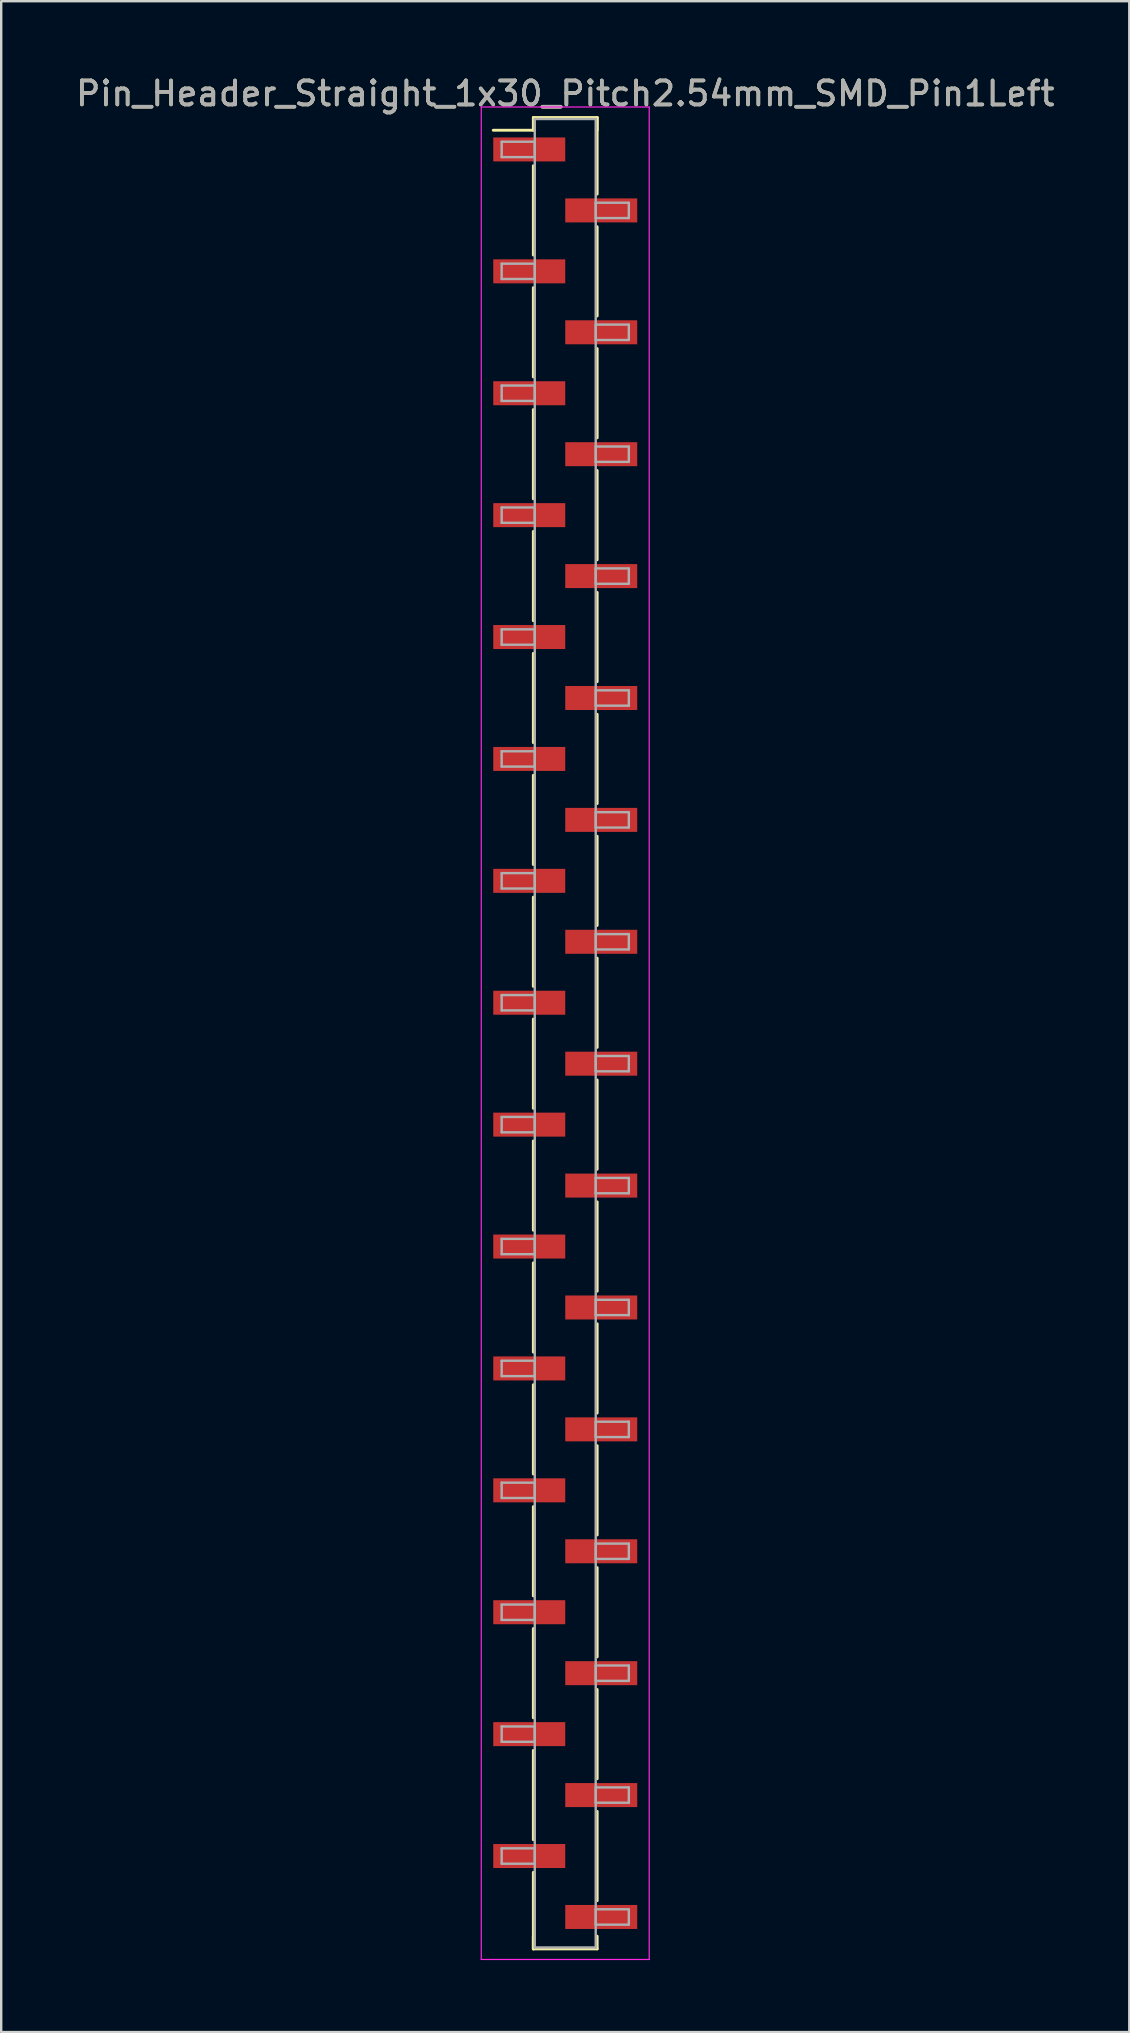
<source format=kicad_pcb>
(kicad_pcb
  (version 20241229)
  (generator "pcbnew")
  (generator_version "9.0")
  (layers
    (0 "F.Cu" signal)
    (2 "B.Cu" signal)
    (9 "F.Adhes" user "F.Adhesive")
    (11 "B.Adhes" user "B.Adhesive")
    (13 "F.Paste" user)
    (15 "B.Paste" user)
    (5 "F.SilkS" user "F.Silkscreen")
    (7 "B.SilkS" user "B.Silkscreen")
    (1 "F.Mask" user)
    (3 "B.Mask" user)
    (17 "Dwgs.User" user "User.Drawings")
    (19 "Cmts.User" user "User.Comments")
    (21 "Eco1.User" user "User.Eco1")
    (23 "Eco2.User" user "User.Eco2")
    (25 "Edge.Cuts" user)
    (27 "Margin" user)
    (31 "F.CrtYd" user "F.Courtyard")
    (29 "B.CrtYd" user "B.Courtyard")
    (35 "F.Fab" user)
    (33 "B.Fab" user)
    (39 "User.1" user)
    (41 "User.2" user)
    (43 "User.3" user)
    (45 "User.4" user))
  (footprint "Pin_Header_Straight_1x30_Pitch2.54mm_SMD_Pin1Left"
    (layer "F.Cu")
    (at 20.506 40.008)
    (property "Reference" "Pin_Header_Straight_1x30_Pitch2.54mm_SMD_Pin1Left" (at 0 -39.16 0) (layer "F.SilkS") (effects (font (size 1 1) (thickness 0.15))))
    (attr smd)
    (fp_line (start -1.33 -38.16) (end 1.33 -38.16) (stroke (width 0.12) (type solid)) (layer "F.SilkS"))
    (fp_line (start -1.33 -37.63) (end -3 -37.63) (stroke (width 0.12) (type solid)) (layer "F.SilkS"))
    (fp_line (start -1.33 -37.63) (end -1.33 -38.16) (stroke (width 0.12) (type solid)) (layer "F.SilkS"))
    (fp_line (start -1.33 -36.15) (end -1.33 -32.43) (stroke (width 0.12) (type solid)) (layer "F.SilkS"))
    (fp_line (start -1.33 -31.07) (end -1.33 -27.35) (stroke (width 0.12) (type solid)) (layer "F.SilkS"))
    (fp_line (start -1.33 -25.99) (end -1.33 -22.27) (stroke (width 0.12) (type solid)) (layer "F.SilkS"))
    (fp_line (start -1.33 -20.91) (end -1.33 -17.19) (stroke (width 0.12) (type solid)) (layer "F.SilkS"))
    (fp_line (start -1.33 -15.83) (end -1.33 -12.11) (stroke (width 0.12) (type solid)) (layer "F.SilkS"))
    (fp_line (start -1.33 -10.75) (end -1.33 -7.03) (stroke (width 0.12) (type solid)) (layer "F.SilkS"))
    (fp_line (start -1.33 -5.67) (end -1.33 -1.95) (stroke (width 0.12) (type solid)) (layer "F.SilkS"))
    (fp_line (start -1.33 -0.59) (end -1.33 3.13) (stroke (width 0.12) (type solid)) (layer "F.SilkS"))
    (fp_line (start -1.33 4.49) (end -1.33 8.21) (stroke (width 0.12) (type solid)) (layer "F.SilkS"))
    (fp_line (start -1.33 9.57) (end -1.33 13.29) (stroke (width 0.12) (type solid)) (layer "F.SilkS"))
    (fp_line (start -1.33 14.65) (end -1.33 18.37) (stroke (width 0.12) (type solid)) (layer "F.SilkS"))
    (fp_line (start -1.33 19.73) (end -1.33 23.45) (stroke (width 0.12) (type solid)) (layer "F.SilkS"))
    (fp_line (start -1.33 24.81) (end -1.33 28.53) (stroke (width 0.12) (type solid)) (layer "F.SilkS"))
    (fp_line (start -1.33 29.89) (end -1.33 33.61) (stroke (width 0.12) (type solid)) (layer "F.SilkS"))
    (fp_line (start -1.33 34.97) (end -1.33 38.16) (stroke (width 0.12) (type solid)) (layer "F.SilkS"))
    (fp_line (start -1.33 37.63) (end -1.33 38.16) (stroke (width 0.12) (type solid)) (layer "F.SilkS"))
    (fp_line (start -1.33 38.16) (end 1.33 38.16) (stroke (width 0.12) (type solid)) (layer "F.SilkS"))
    (fp_line (start 1.33 -38.16) (end 1.33 -37.63) (stroke (width 0.12) (type solid)) (layer "F.SilkS"))
    (fp_line (start 1.33 -38.16) (end 1.33 -34.97) (stroke (width 0.12) (type solid)) (layer "F.SilkS"))
    (fp_line (start 1.33 -33.61) (end 1.33 -29.89) (stroke (width 0.12) (type solid)) (layer "F.SilkS"))
    (fp_line (start 1.33 -28.53) (end 1.33 -24.81) (stroke (width 0.12) (type solid)) (layer "F.SilkS"))
    (fp_line (start 1.33 -23.45) (end 1.33 -19.73) (stroke (width 0.12) (type solid)) (layer "F.SilkS"))
    (fp_line (start 1.33 -18.37) (end 1.33 -14.65) (stroke (width 0.12) (type solid)) (layer "F.SilkS"))
    (fp_line (start 1.33 -13.29) (end 1.33 -9.57) (stroke (width 0.12) (type solid)) (layer "F.SilkS"))
    (fp_line (start 1.33 -8.21) (end 1.33 -4.49) (stroke (width 0.12) (type solid)) (layer "F.SilkS"))
    (fp_line (start 1.33 -3.13) (end 1.33 0.59) (stroke (width 0.12) (type solid)) (layer "F.SilkS"))
    (fp_line (start 1.33 1.95) (end 1.33 5.67) (stroke (width 0.12) (type solid)) (layer "F.SilkS"))
    (fp_line (start 1.33 7.03) (end 1.33 10.75) (stroke (width 0.12) (type solid)) (layer "F.SilkS"))
    (fp_line (start 1.33 12.11) (end 1.33 15.83) (stroke (width 0.12) (type solid)) (layer "F.SilkS"))
    (fp_line (start 1.33 17.19) (end 1.33 20.91) (stroke (width 0.12) (type solid)) (layer "F.SilkS"))
    (fp_line (start 1.33 22.27) (end 1.33 25.99) (stroke (width 0.12) (type solid)) (layer "F.SilkS"))
    (fp_line (start 1.33 27.35) (end 1.33 31.07) (stroke (width 0.12) (type solid)) (layer "F.SilkS"))
    (fp_line (start 1.33 32.43) (end 1.33 36.15) (stroke (width 0.12) (type solid)) (layer "F.SilkS"))
    (fp_line (start 1.33 38.16) (end 1.33 37.63) (stroke (width 0.12) (type solid)) (layer "F.SilkS"))
    (fp_line (start -3.5 -38.6) (end -3.5 38.6) (stroke (width 0.05) (type solid)) (layer "F.CrtYd"))
    (fp_line (start -3.5 38.6) (end 3.5 38.6) (stroke (width 0.05) (type solid)) (layer "F.CrtYd"))
    (fp_line (start 3.5 -38.6) (end -3.5 -38.6) (stroke (width 0.05) (type solid)) (layer "F.CrtYd"))
    (fp_line (start 3.5 38.6) (end 3.5 -38.6) (stroke (width 0.05) (type solid)) (layer "F.CrtYd"))
    (fp_line (start -2.65 -37.15) (end -1.27 -37.15) (stroke (width 0.1) (type solid)) (layer "F.Fab"))
    (fp_line (start -2.65 -36.51) (end -2.65 -37.15) (stroke (width 0.1) (type solid)) (layer "F.Fab"))
    (fp_line (start -2.65 -32.07) (end -1.27 -32.07) (stroke (width 0.1) (type solid)) (layer "F.Fab"))
    (fp_line (start -2.65 -31.43) (end -2.65 -32.07) (stroke (width 0.1) (type solid)) (layer "F.Fab"))
    (fp_line (start -2.65 -26.99) (end -1.27 -26.99) (stroke (width 0.1) (type solid)) (layer "F.Fab"))
    (fp_line (start -2.65 -26.35) (end -2.65 -26.99) (stroke (width 0.1) (type solid)) (layer "F.Fab"))
    (fp_line (start -2.65 -21.91) (end -1.27 -21.91) (stroke (width 0.1) (type solid)) (layer "F.Fab"))
    (fp_line (start -2.65 -21.27) (end -2.65 -21.91) (stroke (width 0.1) (type solid)) (layer "F.Fab"))
    (fp_line (start -2.65 -16.83) (end -1.27 -16.83) (stroke (width 0.1) (type solid)) (layer "F.Fab"))
    (fp_line (start -2.65 -16.19) (end -2.65 -16.83) (stroke (width 0.1) (type solid)) (layer "F.Fab"))
    (fp_line (start -2.65 -11.75) (end -1.27 -11.75) (stroke (width 0.1) (type solid)) (layer "F.Fab"))
    (fp_line (start -2.65 -11.11) (end -2.65 -11.75) (stroke (width 0.1) (type solid)) (layer "F.Fab"))
    (fp_line (start -2.65 -6.67) (end -1.27 -6.67) (stroke (width 0.1) (type solid)) (layer "F.Fab"))
    (fp_line (start -2.65 -6.03) (end -2.65 -6.67) (stroke (width 0.1) (type solid)) (layer "F.Fab"))
    (fp_line (start -2.65 -1.59) (end -1.27 -1.59) (stroke (width 0.1) (type solid)) (layer "F.Fab"))
    (fp_line (start -2.65 -0.95) (end -2.65 -1.59) (stroke (width 0.1) (type solid)) (layer "F.Fab"))
    (fp_line (start -2.65 3.49) (end -1.27 3.49) (stroke (width 0.1) (type solid)) (layer "F.Fab"))
    (fp_line (start -2.65 4.13) (end -2.65 3.49) (stroke (width 0.1) (type solid)) (layer "F.Fab"))
    (fp_line (start -2.65 8.57) (end -1.27 8.57) (stroke (width 0.1) (type solid)) (layer "F.Fab"))
    (fp_line (start -2.65 9.21) (end -2.65 8.57) (stroke (width 0.1) (type solid)) (layer "F.Fab"))
    (fp_line (start -2.65 13.65) (end -1.27 13.65) (stroke (width 0.1) (type solid)) (layer "F.Fab"))
    (fp_line (start -2.65 14.29) (end -2.65 13.65) (stroke (width 0.1) (type solid)) (layer "F.Fab"))
    (fp_line (start -2.65 18.73) (end -1.27 18.73) (stroke (width 0.1) (type solid)) (layer "F.Fab"))
    (fp_line (start -2.65 19.37) (end -2.65 18.73) (stroke (width 0.1) (type solid)) (layer "F.Fab"))
    (fp_line (start -2.65 23.81) (end -1.27 23.81) (stroke (width 0.1) (type solid)) (layer "F.Fab"))
    (fp_line (start -2.65 24.45) (end -2.65 23.81) (stroke (width 0.1) (type solid)) (layer "F.Fab"))
    (fp_line (start -2.65 28.89) (end -1.27 28.89) (stroke (width 0.1) (type solid)) (layer "F.Fab"))
    (fp_line (start -2.65 29.53) (end -2.65 28.89) (stroke (width 0.1) (type solid)) (layer "F.Fab"))
    (fp_line (start -2.65 33.97) (end -1.27 33.97) (stroke (width 0.1) (type solid)) (layer "F.Fab"))
    (fp_line (start -2.65 34.61) (end -2.65 33.97) (stroke (width 0.1) (type solid)) (layer "F.Fab"))
    (fp_line (start -1.27 -38.1) (end -1.27 38.1) (stroke (width 0.1) (type solid)) (layer "F.Fab"))
    (fp_line (start -1.27 -37.15) (end -1.27 -36.51) (stroke (width 0.1) (type solid)) (layer "F.Fab"))
    (fp_line (start -1.27 -36.51) (end -2.65 -36.51) (stroke (width 0.1) (type solid)) (layer "F.Fab"))
    (fp_line (start -1.27 -32.07) (end -1.27 -31.43) (stroke (width 0.1) (type solid)) (layer "F.Fab"))
    (fp_line (start -1.27 -31.43) (end -2.65 -31.43) (stroke (width 0.1) (type solid)) (layer "F.Fab"))
    (fp_line (start -1.27 -26.99) (end -1.27 -26.35) (stroke (width 0.1) (type solid)) (layer "F.Fab"))
    (fp_line (start -1.27 -26.35) (end -2.65 -26.35) (stroke (width 0.1) (type solid)) (layer "F.Fab"))
    (fp_line (start -1.27 -21.91) (end -1.27 -21.27) (stroke (width 0.1) (type solid)) (layer "F.Fab"))
    (fp_line (start -1.27 -21.27) (end -2.65 -21.27) (stroke (width 0.1) (type solid)) (layer "F.Fab"))
    (fp_line (start -1.27 -16.83) (end -1.27 -16.19) (stroke (width 0.1) (type solid)) (layer "F.Fab"))
    (fp_line (start -1.27 -16.19) (end -2.65 -16.19) (stroke (width 0.1) (type solid)) (layer "F.Fab"))
    (fp_line (start -1.27 -11.75) (end -1.27 -11.11) (stroke (width 0.1) (type solid)) (layer "F.Fab"))
    (fp_line (start -1.27 -11.11) (end -2.65 -11.11) (stroke (width 0.1) (type solid)) (layer "F.Fab"))
    (fp_line (start -1.27 -6.67) (end -1.27 -6.03) (stroke (width 0.1) (type solid)) (layer "F.Fab"))
    (fp_line (start -1.27 -6.03) (end -2.65 -6.03) (stroke (width 0.1) (type solid)) (layer "F.Fab"))
    (fp_line (start -1.27 -1.59) (end -1.27 -0.95) (stroke (width 0.1) (type solid)) (layer "F.Fab"))
    (fp_line (start -1.27 -0.95) (end -2.65 -0.95) (stroke (width 0.1) (type solid)) (layer "F.Fab"))
    (fp_line (start -1.27 3.49) (end -1.27 4.13) (stroke (width 0.1) (type solid)) (layer "F.Fab"))
    (fp_line (start -1.27 4.13) (end -2.65 4.13) (stroke (width 0.1) (type solid)) (layer "F.Fab"))
    (fp_line (start -1.27 8.57) (end -1.27 9.21) (stroke (width 0.1) (type solid)) (layer "F.Fab"))
    (fp_line (start -1.27 9.21) (end -2.65 9.21) (stroke (width 0.1) (type solid)) (layer "F.Fab"))
    (fp_line (start -1.27 13.65) (end -1.27 14.29) (stroke (width 0.1) (type solid)) (layer "F.Fab"))
    (fp_line (start -1.27 14.29) (end -2.65 14.29) (stroke (width 0.1) (type solid)) (layer "F.Fab"))
    (fp_line (start -1.27 18.73) (end -1.27 19.37) (stroke (width 0.1) (type solid)) (layer "F.Fab"))
    (fp_line (start -1.27 19.37) (end -2.65 19.37) (stroke (width 0.1) (type solid)) (layer "F.Fab"))
    (fp_line (start -1.27 23.81) (end -1.27 24.45) (stroke (width 0.1) (type solid)) (layer "F.Fab"))
    (fp_line (start -1.27 24.45) (end -2.65 24.45) (stroke (width 0.1) (type solid)) (layer "F.Fab"))
    (fp_line (start -1.27 28.89) (end -1.27 29.53) (stroke (width 0.1) (type solid)) (layer "F.Fab"))
    (fp_line (start -1.27 29.53) (end -2.65 29.53) (stroke (width 0.1) (type solid)) (layer "F.Fab"))
    (fp_line (start -1.27 33.97) (end -1.27 34.61) (stroke (width 0.1) (type solid)) (layer "F.Fab"))
    (fp_line (start -1.27 34.61) (end -2.65 34.61) (stroke (width 0.1) (type solid)) (layer "F.Fab"))
    (fp_line (start -1.27 38.1) (end 1.27 38.1) (stroke (width 0.1) (type solid)) (layer "F.Fab"))
    (fp_line (start 1.27 -38.1) (end -1.27 -38.1) (stroke (width 0.1) (type solid)) (layer "F.Fab"))
    (fp_line (start 1.27 -34.61) (end 1.27 -33.97) (stroke (width 0.1) (type solid)) (layer "F.Fab"))
    (fp_line (start 1.27 -33.97) (end 2.65 -33.97) (stroke (width 0.1) (type solid)) (layer "F.Fab"))
    (fp_line (start 1.27 -29.53) (end 1.27 -28.89) (stroke (width 0.1) (type solid)) (layer "F.Fab"))
    (fp_line (start 1.27 -28.89) (end 2.65 -28.89) (stroke (width 0.1) (type solid)) (layer "F.Fab"))
    (fp_line (start 1.27 -24.45) (end 1.27 -23.81) (stroke (width 0.1) (type solid)) (layer "F.Fab"))
    (fp_line (start 1.27 -23.81) (end 2.65 -23.81) (stroke (width 0.1) (type solid)) (layer "F.Fab"))
    (fp_line (start 1.27 -19.37) (end 1.27 -18.73) (stroke (width 0.1) (type solid)) (layer "F.Fab"))
    (fp_line (start 1.27 -18.73) (end 2.65 -18.73) (stroke (width 0.1) (type solid)) (layer "F.Fab"))
    (fp_line (start 1.27 -14.29) (end 1.27 -13.65) (stroke (width 0.1) (type solid)) (layer "F.Fab"))
    (fp_line (start 1.27 -13.65) (end 2.65 -13.65) (stroke (width 0.1) (type solid)) (layer "F.Fab"))
    (fp_line (start 1.27 -9.21) (end 1.27 -8.57) (stroke (width 0.1) (type solid)) (layer "F.Fab"))
    (fp_line (start 1.27 -8.57) (end 2.65 -8.57) (stroke (width 0.1) (type solid)) (layer "F.Fab"))
    (fp_line (start 1.27 -4.13) (end 1.27 -3.49) (stroke (width 0.1) (type solid)) (layer "F.Fab"))
    (fp_line (start 1.27 -3.49) (end 2.65 -3.49) (stroke (width 0.1) (type solid)) (layer "F.Fab"))
    (fp_line (start 1.27 0.95) (end 1.27 1.59) (stroke (width 0.1) (type solid)) (layer "F.Fab"))
    (fp_line (start 1.27 1.59) (end 2.65 1.59) (stroke (width 0.1) (type solid)) (layer "F.Fab"))
    (fp_line (start 1.27 6.03) (end 1.27 6.67) (stroke (width 0.1) (type solid)) (layer "F.Fab"))
    (fp_line (start 1.27 6.67) (end 2.65 6.67) (stroke (width 0.1) (type solid)) (layer "F.Fab"))
    (fp_line (start 1.27 11.11) (end 1.27 11.75) (stroke (width 0.1) (type solid)) (layer "F.Fab"))
    (fp_line (start 1.27 11.75) (end 2.65 11.75) (stroke (width 0.1) (type solid)) (layer "F.Fab"))
    (fp_line (start 1.27 16.19) (end 1.27 16.83) (stroke (width 0.1) (type solid)) (layer "F.Fab"))
    (fp_line (start 1.27 16.83) (end 2.65 16.83) (stroke (width 0.1) (type solid)) (layer "F.Fab"))
    (fp_line (start 1.27 21.27) (end 1.27 21.91) (stroke (width 0.1) (type solid)) (layer "F.Fab"))
    (fp_line (start 1.27 21.91) (end 2.65 21.91) (stroke (width 0.1) (type solid)) (layer "F.Fab"))
    (fp_line (start 1.27 26.35) (end 1.27 26.99) (stroke (width 0.1) (type solid)) (layer "F.Fab"))
    (fp_line (start 1.27 26.99) (end 2.65 26.99) (stroke (width 0.1) (type solid)) (layer "F.Fab"))
    (fp_line (start 1.27 31.43) (end 1.27 32.07) (stroke (width 0.1) (type solid)) (layer "F.Fab"))
    (fp_line (start 1.27 32.07) (end 2.65 32.07) (stroke (width 0.1) (type solid)) (layer "F.Fab"))
    (fp_line (start 1.27 36.51) (end 1.27 37.15) (stroke (width 0.1) (type solid)) (layer "F.Fab"))
    (fp_line (start 1.27 37.15) (end 2.65 37.15) (stroke (width 0.1) (type solid)) (layer "F.Fab"))
    (fp_line (start 1.27 38.1) (end 1.27 -38.1) (stroke (width 0.1) (type solid)) (layer "F.Fab"))
    (fp_line (start 2.65 -34.61) (end 1.27 -34.61) (stroke (width 0.1) (type solid)) (layer "F.Fab"))
    (fp_line (start 2.65 -33.97) (end 2.65 -34.61) (stroke (width 0.1) (type solid)) (layer "F.Fab"))
    (fp_line (start 2.65 -29.53) (end 1.27 -29.53) (stroke (width 0.1) (type solid)) (layer "F.Fab"))
    (fp_line (start 2.65 -28.89) (end 2.65 -29.53) (stroke (width 0.1) (type solid)) (layer "F.Fab"))
    (fp_line (start 2.65 -24.45) (end 1.27 -24.45) (stroke (width 0.1) (type solid)) (layer "F.Fab"))
    (fp_line (start 2.65 -23.81) (end 2.65 -24.45) (stroke (width 0.1) (type solid)) (layer "F.Fab"))
    (fp_line (start 2.65 -19.37) (end 1.27 -19.37) (stroke (width 0.1) (type solid)) (layer "F.Fab"))
    (fp_line (start 2.65 -18.73) (end 2.65 -19.37) (stroke (width 0.1) (type solid)) (layer "F.Fab"))
    (fp_line (start 2.65 -14.29) (end 1.27 -14.29) (stroke (width 0.1) (type solid)) (layer "F.Fab"))
    (fp_line (start 2.65 -13.65) (end 2.65 -14.29) (stroke (width 0.1) (type solid)) (layer "F.Fab"))
    (fp_line (start 2.65 -9.21) (end 1.27 -9.21) (stroke (width 0.1) (type solid)) (layer "F.Fab"))
    (fp_line (start 2.65 -8.57) (end 2.65 -9.21) (stroke (width 0.1) (type solid)) (layer "F.Fab"))
    (fp_line (start 2.65 -4.13) (end 1.27 -4.13) (stroke (width 0.1) (type solid)) (layer "F.Fab"))
    (fp_line (start 2.65 -3.49) (end 2.65 -4.13) (stroke (width 0.1) (type solid)) (layer "F.Fab"))
    (fp_line (start 2.65 0.95) (end 1.27 0.95) (stroke (width 0.1) (type solid)) (layer "F.Fab"))
    (fp_line (start 2.65 1.59) (end 2.65 0.95) (stroke (width 0.1) (type solid)) (layer "F.Fab"))
    (fp_line (start 2.65 6.03) (end 1.27 6.03) (stroke (width 0.1) (type solid)) (layer "F.Fab"))
    (fp_line (start 2.65 6.67) (end 2.65 6.03) (stroke (width 0.1) (type solid)) (layer "F.Fab"))
    (fp_line (start 2.65 11.11) (end 1.27 11.11) (stroke (width 0.1) (type solid)) (layer "F.Fab"))
    (fp_line (start 2.65 11.75) (end 2.65 11.11) (stroke (width 0.1) (type solid)) (layer "F.Fab"))
    (fp_line (start 2.65 16.19) (end 1.27 16.19) (stroke (width 0.1) (type solid)) (layer "F.Fab"))
    (fp_line (start 2.65 16.83) (end 2.65 16.19) (stroke (width 0.1) (type solid)) (layer "F.Fab"))
    (fp_line (start 2.65 21.27) (end 1.27 21.27) (stroke (width 0.1) (type solid)) (layer "F.Fab"))
    (fp_line (start 2.65 21.91) (end 2.65 21.27) (stroke (width 0.1) (type solid)) (layer "F.Fab"))
    (fp_line (start 2.65 26.35) (end 1.27 26.35) (stroke (width 0.1) (type solid)) (layer "F.Fab"))
    (fp_line (start 2.65 26.99) (end 2.65 26.35) (stroke (width 0.1) (type solid)) (layer "F.Fab"))
    (fp_line (start 2.65 31.43) (end 1.27 31.43) (stroke (width 0.1) (type solid)) (layer "F.Fab"))
    (fp_line (start 2.65 32.07) (end 2.65 31.43) (stroke (width 0.1) (type solid)) (layer "F.Fab"))
    (fp_line (start 2.65 36.51) (end 1.27 36.51) (stroke (width 0.1) (type solid)) (layer "F.Fab"))
    (fp_line (start 2.65 37.15) (end 2.65 36.51) (stroke (width 0.1) (type solid)) (layer "F.Fab"))
    (fp_text user "${REFERENCE}" (at 0 -39.16 0) (layer "F.Fab") (effects (font (size 1 1) (thickness 0.15))))
    (pad "1" smd rect (at -1.5 -36.83) (size 3 1) (layers "F.Cu" "F.Mask" "F.Paste"))
    (pad "2" smd rect (at 1.5 -34.29) (size 3 1) (layers "F.Cu" "F.Mask" "F.Paste"))
    (pad "3" smd rect (at -1.5 -31.75) (size 3 1) (layers "F.Cu" "F.Mask" "F.Paste"))
    (pad "4" smd rect (at 1.5 -29.21) (size 3 1) (layers "F.Cu" "F.Mask" "F.Paste"))
    (pad "5" smd rect (at -1.5 -26.67) (size 3 1) (layers "F.Cu" "F.Mask" "F.Paste"))
    (pad "6" smd rect (at 1.5 -24.13) (size 3 1) (layers "F.Cu" "F.Mask" "F.Paste"))
    (pad "7" smd rect (at -1.5 -21.59) (size 3 1) (layers "F.Cu" "F.Mask" "F.Paste"))
    (pad "8" smd rect (at 1.5 -19.05) (size 3 1) (layers "F.Cu" "F.Mask" "F.Paste"))
    (pad "9" smd rect (at -1.5 -16.51) (size 3 1) (layers "F.Cu" "F.Mask" "F.Paste"))
    (pad "10" smd rect (at 1.5 -13.97) (size 3 1) (layers "F.Cu" "F.Mask" "F.Paste"))
    (pad "11" smd rect (at -1.5 -11.43) (size 3 1) (layers "F.Cu" "F.Mask" "F.Paste"))
    (pad "12" smd rect (at 1.5 -8.89) (size 3 1) (layers "F.Cu" "F.Mask" "F.Paste"))
    (pad "13" smd rect (at -1.5 -6.35) (size 3 1) (layers "F.Cu" "F.Mask" "F.Paste"))
    (pad "14" smd rect (at 1.5 -3.81) (size 3 1) (layers "F.Cu" "F.Mask" "F.Paste"))
    (pad "15" smd rect (at -1.5 -1.27) (size 3 1) (layers "F.Cu" "F.Mask" "F.Paste"))
    (pad "16" smd rect (at 1.5 1.27) (size 3 1) (layers "F.Cu" "F.Mask" "F.Paste"))
    (pad "17" smd rect (at -1.5 3.81) (size 3 1) (layers "F.Cu" "F.Mask" "F.Paste"))
    (pad "18" smd rect (at 1.5 6.35) (size 3 1) (layers "F.Cu" "F.Mask" "F.Paste"))
    (pad "19" smd rect (at -1.5 8.89) (size 3 1) (layers "F.Cu" "F.Mask" "F.Paste"))
    (pad "20" smd rect (at 1.5 11.43) (size 3 1) (layers "F.Cu" "F.Mask" "F.Paste"))
    (pad "21" smd rect (at -1.5 13.97) (size 3 1) (layers "F.Cu" "F.Mask" "F.Paste"))
    (pad "22" smd rect (at 1.5 16.51) (size 3 1) (layers "F.Cu" "F.Mask" "F.Paste"))
    (pad "23" smd rect (at -1.5 19.05) (size 3 1) (layers "F.Cu" "F.Mask" "F.Paste"))
    (pad "24" smd rect (at 1.5 21.59) (size 3 1) (layers "F.Cu" "F.Mask" "F.Paste"))
    (pad "25" smd rect (at -1.5 24.13) (size 3 1) (layers "F.Cu" "F.Mask" "F.Paste"))
    (pad "26" smd rect (at 1.5 26.67) (size 3 1) (layers "F.Cu" "F.Mask" "F.Paste"))
    (pad "27" smd rect (at -1.5 29.21) (size 3 1) (layers "F.Cu" "F.Mask" "F.Paste"))
    (pad "28" smd rect (at 1.5 31.75) (size 3 1) (layers "F.Cu" "F.Mask" "F.Paste"))
    (pad "29" smd rect (at -1.5 34.29) (size 3 1) (layers "F.Cu" "F.Mask" "F.Paste"))
    (pad "30" smd rect (at 1.5 36.83) (size 3 1) (layers "F.Cu" "F.Mask" "F.Paste")))
  (gr_rect
    (start -3 -3)
    (end 44.012 81.633)
    (stroke (width 0.1) (type default))
    (fill no)
    (layer "Edge.Cuts")))
</source>
